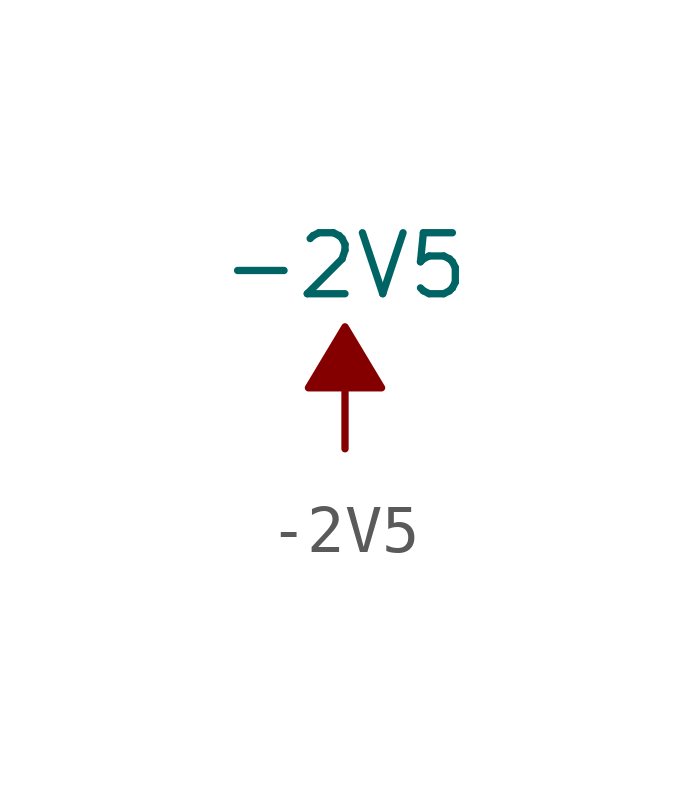
<source format=kicad_sym>
(kicad_symbol_lib
  (version 20231120)
  (generator "kicad_symbol_editor")
  (generator_version "8.0")
  (symbol "-2V5"
    (power)
    (pin_numbers hide)
    (pin_names
      (offset 0) hide)
    (property "Reference" "#PWR"
      (at 0 2.54 0)
      (effects (font (size 1.27 1.27)) (hide yes)))
    (property "Value" "-2V5"
      (at 0 3.81 0)
      (effects (font (size 1.27 1.27))))
    (symbol "-2V5_0_0"
      (pin power_in line (at 0 0 90) (length 0) hide (name "-2V5" (effects (font (size 1.27 1.27)))) (number "1" (effects (font (size 1.27 1.27))))))
    (symbol "-2V5_0_1"
      (polyline (pts (xy 0 0) (xy 0 1.27) (xy 0.762 1.27) (xy 0 2.54) (xy -0.762 1.27) (xy 0 1.27)) (stroke (width 0) (type default)) (fill (type outline))))))
</source>
